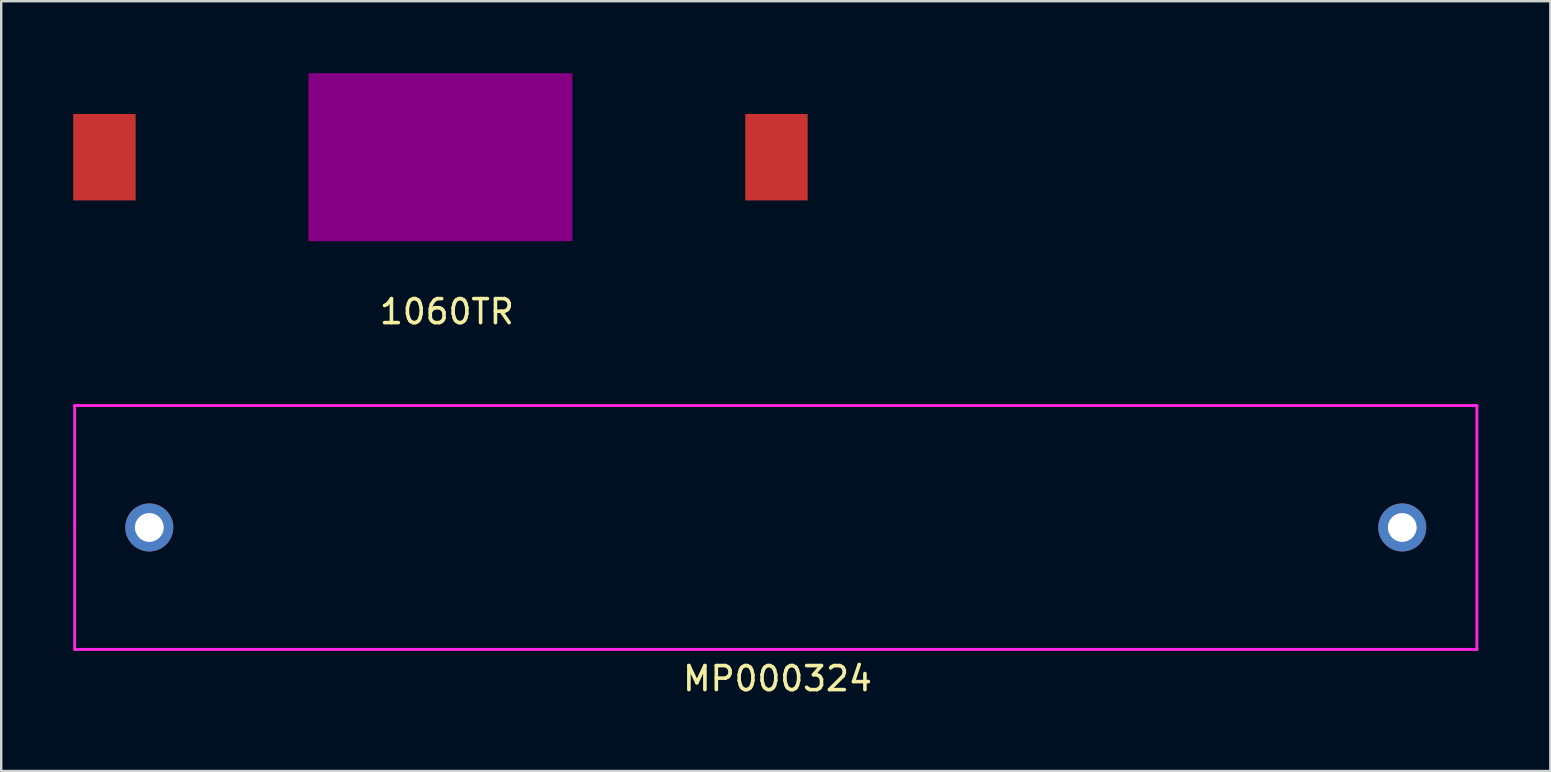
<source format=kicad_pcb>
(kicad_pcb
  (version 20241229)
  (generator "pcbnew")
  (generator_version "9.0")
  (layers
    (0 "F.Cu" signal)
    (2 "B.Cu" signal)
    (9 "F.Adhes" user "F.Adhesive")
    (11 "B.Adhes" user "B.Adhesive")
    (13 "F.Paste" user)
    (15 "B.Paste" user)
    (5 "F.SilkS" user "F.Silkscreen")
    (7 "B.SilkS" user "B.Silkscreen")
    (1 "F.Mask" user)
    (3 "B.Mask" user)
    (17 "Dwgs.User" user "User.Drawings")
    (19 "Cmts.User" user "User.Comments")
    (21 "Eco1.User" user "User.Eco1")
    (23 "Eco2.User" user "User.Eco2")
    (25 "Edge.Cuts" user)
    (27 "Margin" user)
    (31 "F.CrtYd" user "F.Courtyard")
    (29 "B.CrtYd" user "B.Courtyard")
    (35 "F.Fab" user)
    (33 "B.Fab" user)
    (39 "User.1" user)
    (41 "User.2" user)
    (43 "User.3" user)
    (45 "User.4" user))
  (footprint "1060TR"
    (layer "F.Cu")
    (at 15.3 3.5)
    (property "Reference" "1060TR" (at 0.267 6.436 0) (layer "F.SilkS") (effects (font (size 1 1) (thickness 0.15))))
    (attr through_hole)
    (pad "" smd rect (at 0 0) (size 11 7) (layers "F.Adhes"))
    (pad "1" smd rect (at 14 0) (size 2.6 3.6) (layers "F.Cu" "F.Mask" "F.Paste"))
    (pad "2" smd rect (at -14 0) (size 2.6 3.6) (layers "F.Cu" "F.Mask" "F.Paste")))
  (footprint "MP000324"
    (layer "F.Cu")
    (at 29.27 18.925)
    (property "Reference" "MP000324" (at 0.071 6.299 0) (layer "F.SilkS") (effects (font (size 1 1) (thickness 0.15))))
    (attr through_hole)
    (fp_line (start -29.21 -5.08) (end -29.21 0) (stroke (width 0.12) (type solid)) (layer "F.CrtYd"))
    (fp_line (start -29.21 0) (end -29.21 5.08) (stroke (width 0.12) (type solid)) (layer "F.CrtYd"))
    (fp_line (start -29.21 5.08) (end 29.21 5.08) (stroke (width 0.12) (type solid)) (layer "F.CrtYd"))
    (fp_line (start 29.21 -5.08) (end -29.21 -5.08) (stroke (width 0.12) (type solid)) (layer "F.CrtYd"))
    (fp_line (start 29.21 5.08) (end 29.21 -5.08) (stroke (width 0.12) (type solid)) (layer "F.CrtYd"))
    (pad "1" thru_hole circle (at 26.1 0) (size 2 2) (drill 1.2) (layers "*.Cu" "*.Mask"))
    (pad "2" thru_hole circle (at -26.1 0) (size 2 2) (drill 1.2) (layers "*.Cu" "*.Mask")))
  (gr_rect
    (start -3 -3)
    (end 61.54 29.072)
    (stroke (width 0.1) (type default))
    (fill no)
    (layer "Edge.Cuts")))
</source>
